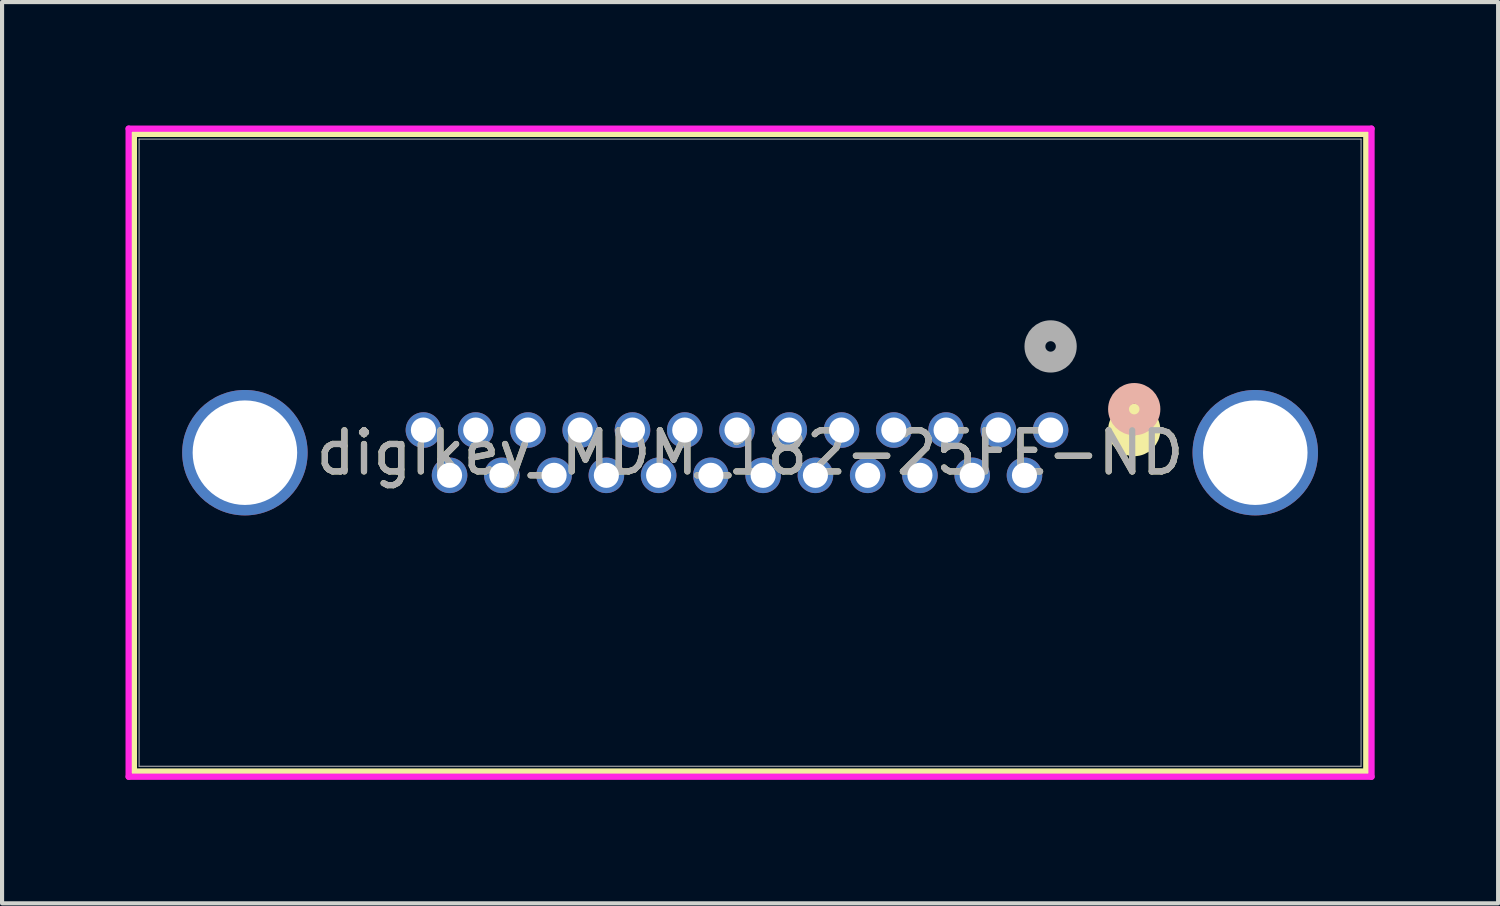
<source format=kicad_pcb>
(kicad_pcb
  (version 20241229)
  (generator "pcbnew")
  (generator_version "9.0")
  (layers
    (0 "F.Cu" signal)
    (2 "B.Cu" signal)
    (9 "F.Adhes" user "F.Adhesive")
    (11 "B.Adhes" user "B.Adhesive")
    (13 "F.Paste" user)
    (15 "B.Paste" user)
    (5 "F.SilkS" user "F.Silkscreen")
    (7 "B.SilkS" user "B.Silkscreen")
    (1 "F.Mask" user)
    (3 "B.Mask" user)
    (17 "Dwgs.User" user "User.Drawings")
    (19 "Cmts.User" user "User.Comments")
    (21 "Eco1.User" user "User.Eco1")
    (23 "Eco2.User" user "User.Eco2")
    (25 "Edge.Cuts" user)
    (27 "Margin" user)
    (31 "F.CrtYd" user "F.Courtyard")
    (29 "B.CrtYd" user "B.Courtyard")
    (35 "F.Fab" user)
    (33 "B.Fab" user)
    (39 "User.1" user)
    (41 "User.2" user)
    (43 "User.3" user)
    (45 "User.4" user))
  (footprint "digikey_MDM_182-25FE-ND"
    (layer "F.Cu")
    (at 22.479 7.4)
    (property "Reference" "digikey_MDM_182-25FE-ND" (at -7.303 0.55 0) (unlocked yes) (layer "F.SilkS") (effects (font (size 1 1) (thickness 0.15))))
    (attr through_hole)
    (fp_line (start -22.276 -7.197) (end -22.276 8.297) (stroke (width 0.152) (type solid)) (layer "F.SilkS"))
    (fp_line (start -22.276 8.297) (end 7.671 8.297) (stroke (width 0.152) (type solid)) (layer "F.SilkS"))
    (fp_line (start 7.671 -7.197) (end -22.276 -7.197) (stroke (width 0.152) (type solid)) (layer "F.SilkS"))
    (fp_line (start 7.671 8.297) (end 7.671 -7.197) (stroke (width 0.152) (type solid)) (layer "F.SilkS"))
    (fp_circle (center 2.032 0) (end 2.413 0) (stroke (width 0.508) (type solid)) (fill no) (layer "F.SilkS"))
    (fp_circle (center 2.032 -0.508) (end 2.413 -0.508) (stroke (width 0.508) (type solid)) (fill no) (layer "B.SilkS"))
    (fp_line (start -22.403 -7.324) (end -22.403 8.424) (stroke (width 0.152) (type solid)) (layer "F.CrtYd"))
    (fp_line (start -22.403 8.424) (end 7.798 8.424) (stroke (width 0.152) (type solid)) (layer "F.CrtYd"))
    (fp_line (start 7.798 -7.324) (end -22.403 -7.324) (stroke (width 0.152) (type solid)) (layer "F.CrtYd"))
    (fp_line (start 7.798 8.424) (end 7.798 -7.324) (stroke (width 0.152) (type solid)) (layer "F.CrtYd"))
    (fp_line (start -22.149 -7.07) (end -22.149 8.17) (stroke (width 0.025) (type solid)) (layer "F.Fab"))
    (fp_line (start -22.149 8.17) (end 7.544 8.17) (stroke (width 0.025) (type solid)) (layer "F.Fab"))
    (fp_line (start 7.544 -7.07) (end -22.149 -7.07) (stroke (width 0.025) (type solid)) (layer "F.Fab"))
    (fp_line (start 7.544 8.17) (end 7.544 -7.07) (stroke (width 0.025) (type solid)) (layer "F.Fab"))
    (fp_circle (center 0 -2.032) (end 0.381 -2.032) (stroke (width 0.508) (type solid)) (fill no) (layer "F.Fab"))
    (fp_text user "${REFERENCE}" (at -7.303 0.55 0) (unlocked yes) (layer "F.Fab") (effects (font (size 1 1) (thickness 0.15))))
    (pad "1" thru_hole circle (at 0 0) (size 0.864 0.864) (drill 0.61) (layers "*.Cu" "*.Mask"))
    (pad "2" thru_hole circle (at -1.27 0) (size 0.864 0.864) (drill 0.61) (layers "*.Cu" "*.Mask"))
    (pad "3" thru_hole circle (at -2.54 0) (size 0.864 0.864) (drill 0.61) (layers "*.Cu" "*.Mask"))
    (pad "4" thru_hole circle (at -3.81 0) (size 0.864 0.864) (drill 0.61) (layers "*.Cu" "*.Mask"))
    (pad "5" thru_hole circle (at -5.08 0) (size 0.864 0.864) (drill 0.61) (layers "*.Cu" "*.Mask"))
    (pad "6" thru_hole circle (at -6.35 0) (size 0.864 0.864) (drill 0.61) (layers "*.Cu" "*.Mask"))
    (pad "7" thru_hole circle (at -7.62 0) (size 0.864 0.864) (drill 0.61) (layers "*.Cu" "*.Mask"))
    (pad "8" thru_hole circle (at -8.89 0) (size 0.864 0.864) (drill 0.61) (layers "*.Cu" "*.Mask"))
    (pad "9" thru_hole circle (at -10.16 0) (size 0.864 0.864) (drill 0.61) (layers "*.Cu" "*.Mask"))
    (pad "10" thru_hole circle (at -11.43 0) (size 0.864 0.864) (drill 0.61) (layers "*.Cu" "*.Mask"))
    (pad "11" thru_hole circle (at -12.7 0) (size 0.864 0.864) (drill 0.61) (layers "*.Cu" "*.Mask"))
    (pad "12" thru_hole circle (at -13.97 0) (size 0.864 0.864) (drill 0.61) (layers "*.Cu" "*.Mask"))
    (pad "13" thru_hole circle (at -15.24 0) (size 0.864 0.864) (drill 0.61) (layers "*.Cu" "*.Mask"))
    (pad "14" thru_hole circle (at -0.635 1.1) (size 0.864 0.864) (drill 0.61) (layers "*.Cu" "*.Mask"))
    (pad "15" thru_hole circle (at -1.905 1.1) (size 0.864 0.864) (drill 0.61) (layers "*.Cu" "*.Mask"))
    (pad "16" thru_hole circle (at -3.175 1.1) (size 0.864 0.864) (drill 0.61) (layers "*.Cu" "*.Mask"))
    (pad "17" thru_hole circle (at -4.445 1.1) (size 0.864 0.864) (drill 0.61) (layers "*.Cu" "*.Mask"))
    (pad "18" thru_hole circle (at -5.715 1.1) (size 0.864 0.864) (drill 0.61) (layers "*.Cu" "*.Mask"))
    (pad "19" thru_hole circle (at -6.985 1.1) (size 0.864 0.864) (drill 0.61) (layers "*.Cu" "*.Mask"))
    (pad "20" thru_hole circle (at -8.255 1.1) (size 0.864 0.864) (drill 0.61) (layers "*.Cu" "*.Mask"))
    (pad "21" thru_hole circle (at -9.525 1.1) (size 0.864 0.864) (drill 0.61) (layers "*.Cu" "*.Mask"))
    (pad "22" thru_hole circle (at -10.795 1.1) (size 0.864 0.864) (drill 0.61) (layers "*.Cu" "*.Mask"))
    (pad "23" thru_hole circle (at -12.065 1.1) (size 0.864 0.864) (drill 0.61) (layers "*.Cu" "*.Mask"))
    (pad "24" thru_hole circle (at -13.335 1.1) (size 0.864 0.864) (drill 0.61) (layers "*.Cu" "*.Mask"))
    (pad "25" thru_hole circle (at -14.605 1.1) (size 0.864 0.864) (drill 0.61) (layers "*.Cu" "*.Mask"))
    (pad "27" thru_hole circle (at -19.578 0.55 90) (size 3.048 3.048) (drill 2.54) (layers "*.Cu" "*.Mask"))
    (pad "28" thru_hole circle (at 4.973 0.55 90) (size 3.048 3.048) (drill 2.54) (layers "*.Cu" "*.Mask")))
  (gr_rect
    (start -3 -3)
    (end 33.353 18.9)
    (stroke (width 0.1) (type default))
    (fill no)
    (layer "Edge.Cuts")))
</source>
